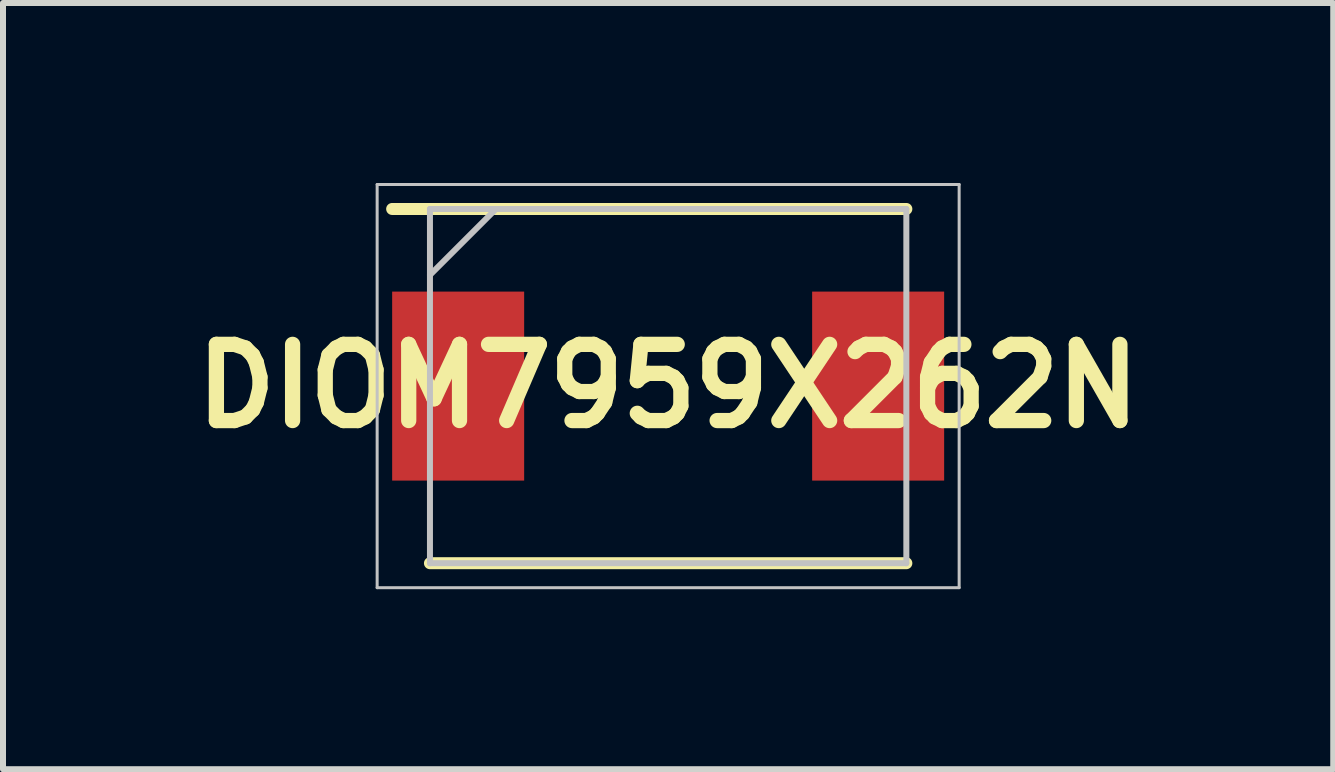
<source format=kicad_pcb>
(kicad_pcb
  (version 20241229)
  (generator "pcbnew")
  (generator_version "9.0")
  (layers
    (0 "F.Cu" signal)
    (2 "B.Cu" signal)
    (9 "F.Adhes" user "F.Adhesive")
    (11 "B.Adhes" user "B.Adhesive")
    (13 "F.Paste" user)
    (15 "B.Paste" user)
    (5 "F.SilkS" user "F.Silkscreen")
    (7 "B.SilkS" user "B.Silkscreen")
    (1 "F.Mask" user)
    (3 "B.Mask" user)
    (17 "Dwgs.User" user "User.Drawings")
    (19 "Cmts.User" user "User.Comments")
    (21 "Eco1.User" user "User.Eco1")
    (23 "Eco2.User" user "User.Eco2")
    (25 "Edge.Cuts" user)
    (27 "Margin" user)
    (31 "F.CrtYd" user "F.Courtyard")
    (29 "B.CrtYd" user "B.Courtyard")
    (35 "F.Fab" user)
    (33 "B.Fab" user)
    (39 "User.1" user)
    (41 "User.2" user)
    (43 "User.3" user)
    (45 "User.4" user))
  (footprint "DIOM7959X262N"
    (layer "F.Cu")
    (at 8.086 3.385)
    (property "Reference" "DIOM7959X262N" (at 0 0 0) (layer "F.SilkS") (effects (font (size 1.27 1.27) (thickness 0.254))))
    (attr smd)
    (fp_line (start -3.97 2.952) (end 3.97 2.952) (stroke (width 0.2) (type solid)) (layer "F.SilkS"))
    (fp_line (start 3.97 -2.952) (end -4.6 -2.952) (stroke (width 0.2) (type solid)) (layer "F.SilkS"))
    (fp_line (start -4.85 -3.36) (end 4.85 -3.36) (stroke (width 0.05) (type solid)) (layer "Dwgs.User"))
    (fp_line (start -4.85 3.36) (end -4.85 -3.36) (stroke (width 0.05) (type solid)) (layer "Dwgs.User"))
    (fp_line (start -3.97 -2.952) (end 3.97 -2.952) (stroke (width 0.1) (type solid)) (layer "Dwgs.User"))
    (fp_line (start -3.97 -1.852) (end -2.87 -2.952) (stroke (width 0.1) (type solid)) (layer "Dwgs.User"))
    (fp_line (start -3.97 2.952) (end -3.97 -2.952) (stroke (width 0.1) (type solid)) (layer "Dwgs.User"))
    (fp_line (start 3.97 -2.952) (end 3.97 2.952) (stroke (width 0.1) (type solid)) (layer "Dwgs.User"))
    (fp_line (start 3.97 2.952) (end -3.97 2.952) (stroke (width 0.1) (type solid)) (layer "Dwgs.User"))
    (fp_line (start 4.85 -3.36) (end 4.85 3.36) (stroke (width 0.05) (type solid)) (layer "Dwgs.User"))
    (fp_line (start 4.85 3.36) (end -4.85 3.36) (stroke (width 0.05) (type solid)) (layer "Dwgs.User"))
    (pad "1" smd rect (at -3.5 0) (size 2.2 3.15) (layers "F.Cu" "F.Mask" "F.Paste"))
    (pad "2" smd rect (at 3.5 0) (size 2.2 3.15) (layers "F.Cu" "F.Mask" "F.Paste")))
  (gr_rect
    (start -3 -3)
    (end 19.171 9.77)
    (stroke (width 0.1) (type default))
    (fill no)
    (layer "Edge.Cuts")))
</source>
